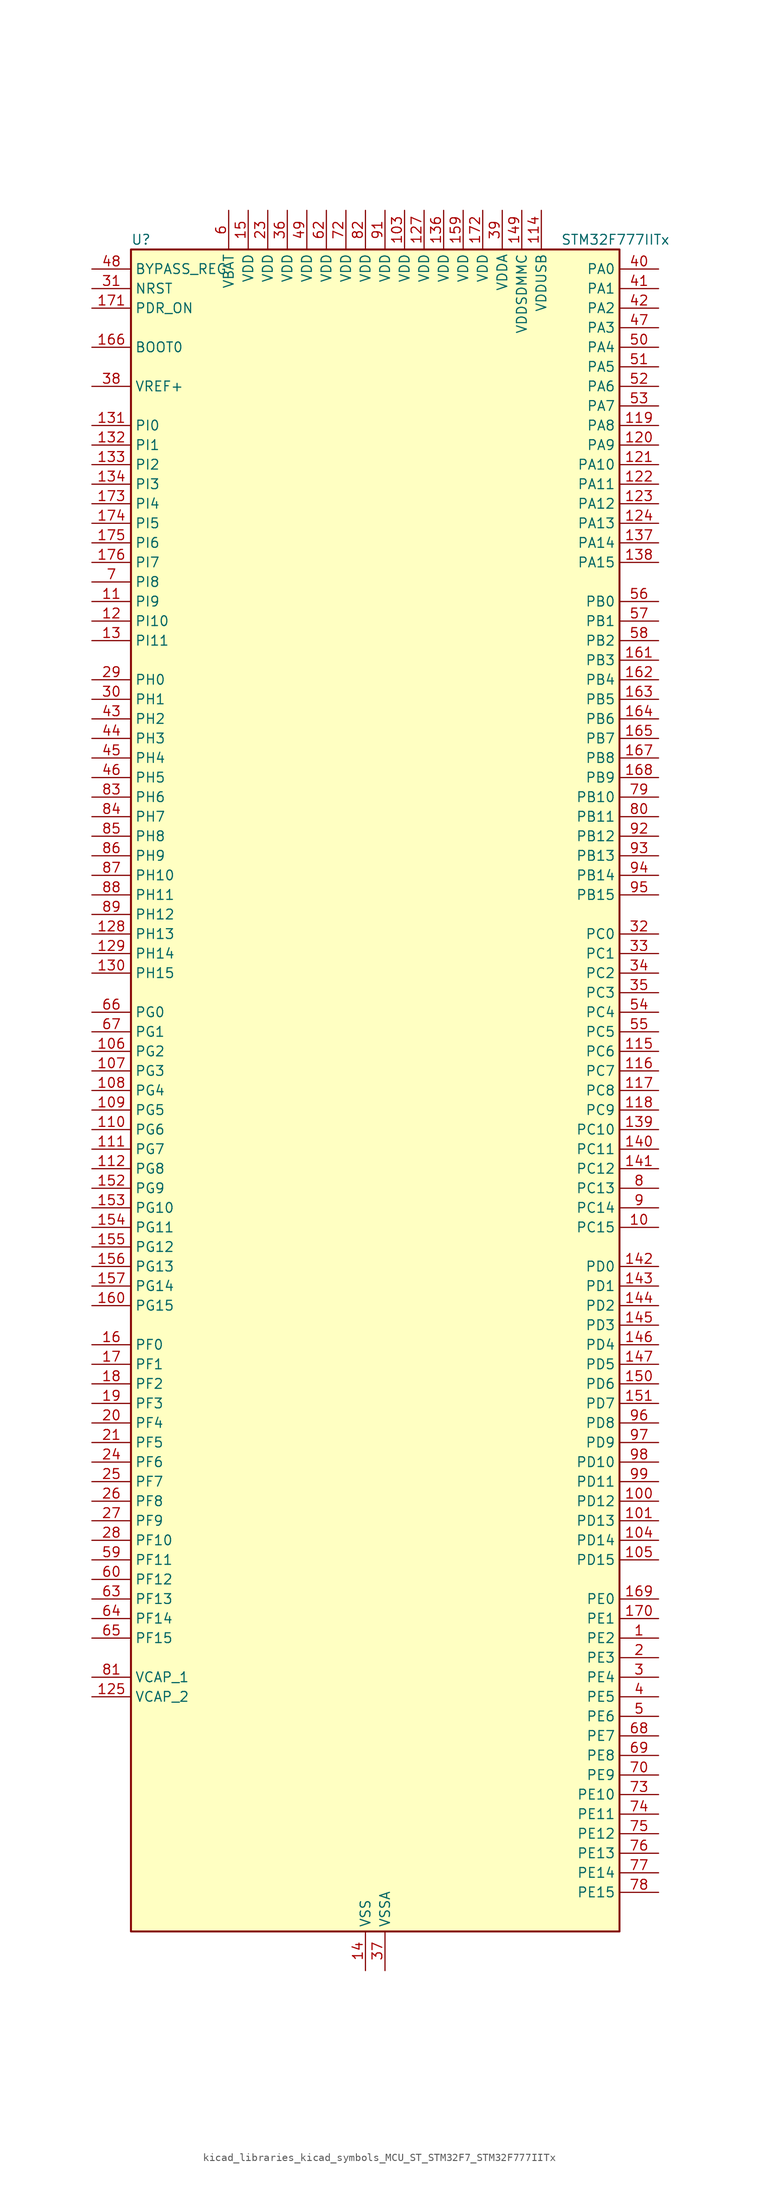
<source format=kicad_sym>
(kicad_symbol_lib
  (version 20220914)
  (generator kicad_symbol_editor)
  (symbol "kicad_libraries_kicad_symbols_MCU_ST_STM32F7_STM32F777IITx"
    (property "Reference" "U"
      (at -30.48 110.49 0)
      (effects (font (size 1.27 1.27)) (justify left)))
    (property "Value" "STM32F777IITx"
      (at 25.4 110.49 0)
      (effects (font (size 1.27 1.27)) (justify left)))
    (property "ki_locked" ""
      (at 0 0 0)
      (effects (font (size 1.27 1.27))))
    (symbol "kicad_libraries_kicad_symbols_MCU_ST_STM32F7_STM32F777IITx_0_1"
      (rectangle (start -30.48 -109.22) (end 33.02 109.22) (stroke (width 0.254) (type default)) (fill (type background))))
    (symbol "kicad_libraries_kicad_symbols_MCU_ST_STM32F7_STM32F777IITx_1_1"
      (pin bidirectional line (at 38.1 -71.12 180) (length 5.08) (name "PE2" (effects (font (size 1.27 1.27)))) (number "1" (effects (font (size 1.27 1.27)))) (alternate "ETH_TXD3" bidirectional line) (alternate "FMC_A23" bidirectional line) (alternate "QUADSPI_BK1_IO2" bidirectional line) (alternate "SAI1_MCLK_A" bidirectional line) (alternate "SPI4_SCK" bidirectional line) (alternate "SYS_TRACECLK" bidirectional line))
      (pin bidirectional line (at 38.1 -17.78 180) (length 5.08) (name "PC15" (effects (font (size 1.27 1.27)))) (number "10" (effects (font (size 1.27 1.27)))) (alternate "RCC_OSC32_OUT" bidirectional line))
      (pin bidirectional line (at 38.1 -53.34 180) (length 5.08) (name "PD12" (effects (font (size 1.27 1.27)))) (number "100" (effects (font (size 1.27 1.27)))) (alternate "FMC_A17" bidirectional line) (alternate "FMC_ALE" bidirectional line) (alternate "I2C4_SCL" bidirectional line) (alternate "LPTIM1_IN1" bidirectional line) (alternate "QUADSPI_BK1_IO1" bidirectional line) (alternate "SAI2_FS_A" bidirectional line) (alternate "TIM4_CH1" bidirectional line) (alternate "USART3_DE" bidirectional line) (alternate "USART3_RTS" bidirectional line))
      (pin bidirectional line (at 38.1 -55.88 180) (length 5.08) (name "PD13" (effects (font (size 1.27 1.27)))) (number "101" (effects (font (size 1.27 1.27)))) (alternate "FMC_A18" bidirectional line) (alternate "I2C4_SDA" bidirectional line) (alternate "LPTIM1_OUT" bidirectional line) (alternate "QUADSPI_BK1_IO3" bidirectional line) (alternate "SAI2_SCK_A" bidirectional line) (alternate "TIM4_CH2" bidirectional line))
      (pin passive line (at 0 -114.3 90) (length 5.08) hide (name "VSS" (effects (font (size 1.27 1.27)))) (number "102" (effects (font (size 1.27 1.27)))))
      (pin power_in line (at 5.08 114.3 270) (length 5.08) (name "VDD" (effects (font (size 1.27 1.27)))) (number "103" (effects (font (size 1.27 1.27)))))
      (pin bidirectional line (at 38.1 -58.42 180) (length 5.08) (name "PD14" (effects (font (size 1.27 1.27)))) (number "104" (effects (font (size 1.27 1.27)))) (alternate "FMC_D0" bidirectional line) (alternate "FMC_DA0" bidirectional line) (alternate "TIM4_CH3" bidirectional line) (alternate "UART8_CTS" bidirectional line))
      (pin bidirectional line (at 38.1 -60.96 180) (length 5.08) (name "PD15" (effects (font (size 1.27 1.27)))) (number "105" (effects (font (size 1.27 1.27)))) (alternate "FMC_D1" bidirectional line) (alternate "FMC_DA1" bidirectional line) (alternate "TIM4_CH4" bidirectional line) (alternate "UART8_DE" bidirectional line) (alternate "UART8_RTS" bidirectional line))
      (pin bidirectional line (at -35.56 5.08 0) (length 5.08) (name "PG2" (effects (font (size 1.27 1.27)))) (number "106" (effects (font (size 1.27 1.27)))) (alternate "FMC_A12" bidirectional line))
      (pin bidirectional line (at -35.56 2.54 0) (length 5.08) (name "PG3" (effects (font (size 1.27 1.27)))) (number "107" (effects (font (size 1.27 1.27)))) (alternate "FMC_A13" bidirectional line))
      (pin bidirectional line (at -35.56 0 0) (length 5.08) (name "PG4" (effects (font (size 1.27 1.27)))) (number "108" (effects (font (size 1.27 1.27)))) (alternate "FMC_A14" bidirectional line) (alternate "FMC_BA0" bidirectional line))
      (pin bidirectional line (at -35.56 -2.54 0) (length 5.08) (name "PG5" (effects (font (size 1.27 1.27)))) (number "109" (effects (font (size 1.27 1.27)))) (alternate "FMC_A15" bidirectional line) (alternate "FMC_BA1" bidirectional line))
      (pin bidirectional line (at -35.56 63.5 0) (length 5.08) (name "PI9" (effects (font (size 1.27 1.27)))) (number "11" (effects (font (size 1.27 1.27)))) (alternate "CAN1_RX" bidirectional line) (alternate "DAC_EXTI9" bidirectional line) (alternate "FMC_D30" bidirectional line) (alternate "LTDC_VSYNC" bidirectional line) (alternate "UART4_RX" bidirectional line))
      (pin bidirectional line (at -35.56 -5.08 0) (length 5.08) (name "PG6" (effects (font (size 1.27 1.27)))) (number "110" (effects (font (size 1.27 1.27)))) (alternate "DCMI_D12" bidirectional line) (alternate "FMC_NE3" bidirectional line) (alternate "LTDC_R7" bidirectional line))
      (pin bidirectional line (at -35.56 -7.62 0) (length 5.08) (name "PG7" (effects (font (size 1.27 1.27)))) (number "111" (effects (font (size 1.27 1.27)))) (alternate "DCMI_D13" bidirectional line) (alternate "FMC_INT" bidirectional line) (alternate "LTDC_CLK" bidirectional line) (alternate "SAI1_MCLK_A" bidirectional line) (alternate "USART6_CK" bidirectional line))
      (pin bidirectional line (at -35.56 -10.16 0) (length 5.08) (name "PG8" (effects (font (size 1.27 1.27)))) (number "112" (effects (font (size 1.27 1.27)))) (alternate "ETH_PPS_OUT" bidirectional line) (alternate "FMC_SDCLK" bidirectional line) (alternate "LTDC_G7" bidirectional line) (alternate "SPDIFRX_IN2" bidirectional line) (alternate "SPI6_NSS" bidirectional line) (alternate "USART6_DE" bidirectional line) (alternate "USART6_RTS" bidirectional line))
      (pin passive line (at 0 -114.3 90) (length 5.08) hide (name "VSS" (effects (font (size 1.27 1.27)))) (number "113" (effects (font (size 1.27 1.27)))))
      (pin power_in line (at 22.86 114.3 270) (length 5.08) (name "VDDUSB" (effects (font (size 1.27 1.27)))) (number "114" (effects (font (size 1.27 1.27)))))
      (pin bidirectional line (at 38.1 5.08 180) (length 5.08) (name "PC6" (effects (font (size 1.27 1.27)))) (number "115" (effects (font (size 1.27 1.27)))) (alternate "DCMI_D0" bidirectional line) (alternate "DFSDM1_CKIN3" bidirectional line) (alternate "FMC_NWAIT" bidirectional line) (alternate "I2S2_MCK" bidirectional line) (alternate "LTDC_HSYNC" bidirectional line) (alternate "SDMMC1_D6" bidirectional line) (alternate "SDMMC2_D6" bidirectional line) (alternate "TIM3_CH1" bidirectional line) (alternate "TIM8_CH1" bidirectional line) (alternate "USART6_TX" bidirectional line))
      (pin bidirectional line (at 38.1 2.54 180) (length 5.08) (name "PC7" (effects (font (size 1.27 1.27)))) (number "116" (effects (font (size 1.27 1.27)))) (alternate "DCMI_D1" bidirectional line) (alternate "DFSDM1_DATIN3" bidirectional line) (alternate "FMC_NE1" bidirectional line) (alternate "I2S3_MCK" bidirectional line) (alternate "LTDC_G6" bidirectional line) (alternate "SDMMC1_D7" bidirectional line) (alternate "SDMMC2_D7" bidirectional line) (alternate "TIM3_CH2" bidirectional line) (alternate "TIM8_CH2" bidirectional line) (alternate "USART6_RX" bidirectional line))
      (pin bidirectional line (at 38.1 0 180) (length 5.08) (name "PC8" (effects (font (size 1.27 1.27)))) (number "117" (effects (font (size 1.27 1.27)))) (alternate "DCMI_D2" bidirectional line) (alternate "FMC_NCE" bidirectional line) (alternate "FMC_NE2" bidirectional line) (alternate "SDMMC1_D0" bidirectional line) (alternate "SYS_TRACED1" bidirectional line) (alternate "TIM3_CH3" bidirectional line) (alternate "TIM8_CH3" bidirectional line) (alternate "UART5_DE" bidirectional line) (alternate "UART5_RTS" bidirectional line) (alternate "USART6_CK" bidirectional line))
      (pin bidirectional line (at 38.1 -2.54 180) (length 5.08) (name "PC9" (effects (font (size 1.27 1.27)))) (number "118" (effects (font (size 1.27 1.27)))) (alternate "DAC_EXTI9" bidirectional line) (alternate "DCMI_D3" bidirectional line) (alternate "I2C3_SDA" bidirectional line) (alternate "I2S_CKIN" bidirectional line) (alternate "LTDC_B2" bidirectional line) (alternate "LTDC_G3" bidirectional line) (alternate "QUADSPI_BK1_IO0" bidirectional line) (alternate "RCC_MCO_2" bidirectional line) (alternate "SDMMC1_D1" bidirectional line) (alternate "TIM3_CH4" bidirectional line) (alternate "TIM8_CH4" bidirectional line) (alternate "UART5_CTS" bidirectional line))
      (pin bidirectional line (at 38.1 86.36 180) (length 5.08) (name "PA8" (effects (font (size 1.27 1.27)))) (number "119" (effects (font (size 1.27 1.27)))) (alternate "CAN3_RX" bidirectional line) (alternate "I2C3_SCL" bidirectional line) (alternate "LTDC_B3" bidirectional line) (alternate "LTDC_R6" bidirectional line) (alternate "RCC_MCO_1" bidirectional line) (alternate "TIM1_CH1" bidirectional line) (alternate "TIM8_BKIN2" bidirectional line) (alternate "UART7_RX" bidirectional line) (alternate "USART1_CK" bidirectional line) (alternate "USB_OTG_FS_SOF" bidirectional line))
      (pin bidirectional line (at -35.56 60.96 0) (length 5.08) (name "PI10" (effects (font (size 1.27 1.27)))) (number "12" (effects (font (size 1.27 1.27)))) (alternate "ETH_RX_ER" bidirectional line) (alternate "FMC_D31" bidirectional line) (alternate "LTDC_HSYNC" bidirectional line))
      (pin bidirectional line (at 38.1 83.82 180) (length 5.08) (name "PA9" (effects (font (size 1.27 1.27)))) (number "120" (effects (font (size 1.27 1.27)))) (alternate "DAC_EXTI9" bidirectional line) (alternate "DCMI_D0" bidirectional line) (alternate "I2C3_SMBA" bidirectional line) (alternate "I2S2_CK" bidirectional line) (alternate "LTDC_R5" bidirectional line) (alternate "SPI2_SCK" bidirectional line) (alternate "TIM1_CH2" bidirectional line) (alternate "USART1_TX" bidirectional line) (alternate "USB_OTG_FS_VBUS" bidirectional line))
      (pin bidirectional line (at 38.1 81.28 180) (length 5.08) (name "PA10" (effects (font (size 1.27 1.27)))) (number "121" (effects (font (size 1.27 1.27)))) (alternate "DCMI_D1" bidirectional line) (alternate "LTDC_B1" bidirectional line) (alternate "LTDC_B4" bidirectional line) (alternate "MDIOS_MDIO" bidirectional line) (alternate "TIM1_CH3" bidirectional line) (alternate "USART1_RX" bidirectional line) (alternate "USB_OTG_FS_ID" bidirectional line))
      (pin bidirectional line (at 38.1 78.74 180) (length 5.08) (name "PA11" (effects (font (size 1.27 1.27)))) (number "122" (effects (font (size 1.27 1.27)))) (alternate "ADC1_EXTI11" bidirectional line) (alternate "ADC2_EXTI11" bidirectional line) (alternate "ADC3_EXTI11" bidirectional line) (alternate "CAN1_RX" bidirectional line) (alternate "I2S2_WS" bidirectional line) (alternate "LTDC_R4" bidirectional line) (alternate "SPI2_NSS" bidirectional line) (alternate "TIM1_CH4" bidirectional line) (alternate "UART4_RX" bidirectional line) (alternate "USART1_CTS" bidirectional line) (alternate "USB_OTG_FS_DM" bidirectional line))
      (pin bidirectional line (at 38.1 76.2 180) (length 5.08) (name "PA12" (effects (font (size 1.27 1.27)))) (number "123" (effects (font (size 1.27 1.27)))) (alternate "CAN1_TX" bidirectional line) (alternate "I2S2_CK" bidirectional line) (alternate "LTDC_R5" bidirectional line) (alternate "SAI2_FS_B" bidirectional line) (alternate "SPI2_SCK" bidirectional line) (alternate "TIM1_ETR" bidirectional line) (alternate "UART4_TX" bidirectional line) (alternate "USART1_DE" bidirectional line) (alternate "USART1_RTS" bidirectional line) (alternate "USB_OTG_FS_DP" bidirectional line))
      (pin bidirectional line (at 38.1 73.66 180) (length 5.08) (name "PA13" (effects (font (size 1.27 1.27)))) (number "124" (effects (font (size 1.27 1.27)))) (alternate "SYS_JTMS-SWDIO" bidirectional line))
      (pin power_out line (at -35.56 -78.74 0) (length 5.08) (name "VCAP_2" (effects (font (size 1.27 1.27)))) (number "125" (effects (font (size 1.27 1.27)))))
      (pin passive line (at 0 -114.3 90) (length 5.08) hide (name "VSS" (effects (font (size 1.27 1.27)))) (number "126" (effects (font (size 1.27 1.27)))))
      (pin power_in line (at 7.62 114.3 270) (length 5.08) (name "VDD" (effects (font (size 1.27 1.27)))) (number "127" (effects (font (size 1.27 1.27)))))
      (pin bidirectional line (at -35.56 20.32 0) (length 5.08) (name "PH13" (effects (font (size 1.27 1.27)))) (number "128" (effects (font (size 1.27 1.27)))) (alternate "CAN1_TX" bidirectional line) (alternate "FMC_D21" bidirectional line) (alternate "LTDC_G2" bidirectional line) (alternate "TIM8_CH1N" bidirectional line) (alternate "UART4_TX" bidirectional line))
      (pin bidirectional line (at -35.56 17.78 0) (length 5.08) (name "PH14" (effects (font (size 1.27 1.27)))) (number "129" (effects (font (size 1.27 1.27)))) (alternate "CAN1_RX" bidirectional line) (alternate "DCMI_D4" bidirectional line) (alternate "FMC_D22" bidirectional line) (alternate "LTDC_G3" bidirectional line) (alternate "TIM8_CH2N" bidirectional line) (alternate "UART4_RX" bidirectional line))
      (pin bidirectional line (at -35.56 58.42 0) (length 5.08) (name "PI11" (effects (font (size 1.27 1.27)))) (number "13" (effects (font (size 1.27 1.27)))) (alternate "ADC1_EXTI11" bidirectional line) (alternate "ADC2_EXTI11" bidirectional line) (alternate "ADC3_EXTI11" bidirectional line) (alternate "LTDC_G6" bidirectional line) (alternate "SYS_WKUP6" bidirectional line) (alternate "USB_OTG_HS_ULPI_DIR" bidirectional line))
      (pin bidirectional line (at -35.56 15.24 0) (length 5.08) (name "PH15" (effects (font (size 1.27 1.27)))) (number "130" (effects (font (size 1.27 1.27)))) (alternate "DCMI_D11" bidirectional line) (alternate "FMC_D23" bidirectional line) (alternate "LTDC_G4" bidirectional line) (alternate "TIM8_CH3N" bidirectional line))
      (pin bidirectional line (at -35.56 86.36 0) (length 5.08) (name "PI0" (effects (font (size 1.27 1.27)))) (number "131" (effects (font (size 1.27 1.27)))) (alternate "DCMI_D13" bidirectional line) (alternate "FMC_D24" bidirectional line) (alternate "I2S2_WS" bidirectional line) (alternate "LTDC_G5" bidirectional line) (alternate "SPI2_NSS" bidirectional line) (alternate "TIM5_CH4" bidirectional line))
      (pin bidirectional line (at -35.56 83.82 0) (length 5.08) (name "PI1" (effects (font (size 1.27 1.27)))) (number "132" (effects (font (size 1.27 1.27)))) (alternate "DCMI_D8" bidirectional line) (alternate "FMC_D25" bidirectional line) (alternate "I2S2_CK" bidirectional line) (alternate "LTDC_G6" bidirectional line) (alternate "SPI2_SCK" bidirectional line) (alternate "TIM8_BKIN2" bidirectional line))
      (pin bidirectional line (at -35.56 81.28 0) (length 5.08) (name "PI2" (effects (font (size 1.27 1.27)))) (number "133" (effects (font (size 1.27 1.27)))) (alternate "DCMI_D9" bidirectional line) (alternate "FMC_D26" bidirectional line) (alternate "LTDC_G7" bidirectional line) (alternate "SPI2_MISO" bidirectional line) (alternate "TIM8_CH4" bidirectional line))
      (pin bidirectional line (at -35.56 78.74 0) (length 5.08) (name "PI3" (effects (font (size 1.27 1.27)))) (number "134" (effects (font (size 1.27 1.27)))) (alternate "DCMI_D10" bidirectional line) (alternate "FMC_D27" bidirectional line) (alternate "I2S2_SD" bidirectional line) (alternate "SPI2_MOSI" bidirectional line) (alternate "TIM8_ETR" bidirectional line))
      (pin passive line (at 0 -114.3 90) (length 5.08) hide (name "VSS" (effects (font (size 1.27 1.27)))) (number "135" (effects (font (size 1.27 1.27)))))
      (pin power_in line (at 10.16 114.3 270) (length 5.08) (name "VDD" (effects (font (size 1.27 1.27)))) (number "136" (effects (font (size 1.27 1.27)))))
      (pin bidirectional line (at 38.1 71.12 180) (length 5.08) (name "PA14" (effects (font (size 1.27 1.27)))) (number "137" (effects (font (size 1.27 1.27)))) (alternate "SYS_JTCK-SWCLK" bidirectional line))
      (pin bidirectional line (at 38.1 68.58 180) (length 5.08) (name "PA15" (effects (font (size 1.27 1.27)))) (number "138" (effects (font (size 1.27 1.27)))) (alternate "CAN3_TX" bidirectional line) (alternate "CEC" bidirectional line) (alternate "I2S1_WS" bidirectional line) (alternate "I2S3_WS" bidirectional line) (alternate "SPI1_NSS" bidirectional line) (alternate "SPI3_NSS" bidirectional line) (alternate "SPI6_NSS" bidirectional line) (alternate "SYS_JTDI" bidirectional line) (alternate "TIM2_CH1" bidirectional line) (alternate "TIM2_ETR" bidirectional line) (alternate "UART4_DE" bidirectional line) (alternate "UART4_RTS" bidirectional line) (alternate "UART7_TX" bidirectional line))
      (pin bidirectional line (at 38.1 -5.08 180) (length 5.08) (name "PC10" (effects (font (size 1.27 1.27)))) (number "139" (effects (font (size 1.27 1.27)))) (alternate "DCMI_D8" bidirectional line) (alternate "DFSDM1_CKIN5" bidirectional line) (alternate "I2S3_CK" bidirectional line) (alternate "LTDC_R2" bidirectional line) (alternate "QUADSPI_BK1_IO1" bidirectional line) (alternate "SDMMC1_D2" bidirectional line) (alternate "SPI3_SCK" bidirectional line) (alternate "UART4_TX" bidirectional line) (alternate "USART3_TX" bidirectional line))
      (pin power_in line (at 0 -114.3 90) (length 5.08) (name "VSS" (effects (font (size 1.27 1.27)))) (number "14" (effects (font (size 1.27 1.27)))))
      (pin bidirectional line (at 38.1 -7.62 180) (length 5.08) (name "PC11" (effects (font (size 1.27 1.27)))) (number "140" (effects (font (size 1.27 1.27)))) (alternate "ADC1_EXTI11" bidirectional line) (alternate "ADC2_EXTI11" bidirectional line) (alternate "ADC3_EXTI11" bidirectional line) (alternate "DCMI_D4" bidirectional line) (alternate "DFSDM1_DATIN5" bidirectional line) (alternate "QUADSPI_BK2_NCS" bidirectional line) (alternate "SDMMC1_D3" bidirectional line) (alternate "SPI3_MISO" bidirectional line) (alternate "UART4_RX" bidirectional line) (alternate "USART3_RX" bidirectional line))
      (pin bidirectional line (at 38.1 -10.16 180) (length 5.08) (name "PC12" (effects (font (size 1.27 1.27)))) (number "141" (effects (font (size 1.27 1.27)))) (alternate "DCMI_D9" bidirectional line) (alternate "I2S3_SD" bidirectional line) (alternate "SDMMC1_CK" bidirectional line) (alternate "SPI3_MOSI" bidirectional line) (alternate "SYS_TRACED3" bidirectional line) (alternate "UART5_TX" bidirectional line) (alternate "USART3_CK" bidirectional line))
      (pin bidirectional line (at 38.1 -22.86 180) (length 5.08) (name "PD0" (effects (font (size 1.27 1.27)))) (number "142" (effects (font (size 1.27 1.27)))) (alternate "CAN1_RX" bidirectional line) (alternate "DFSDM1_CKIN6" bidirectional line) (alternate "DFSDM1_DATIN7" bidirectional line) (alternate "FMC_D2" bidirectional line) (alternate "FMC_DA2" bidirectional line) (alternate "UART4_RX" bidirectional line))
      (pin bidirectional line (at 38.1 -25.4 180) (length 5.08) (name "PD1" (effects (font (size 1.27 1.27)))) (number "143" (effects (font (size 1.27 1.27)))) (alternate "CAN1_TX" bidirectional line) (alternate "DFSDM1_CKIN7" bidirectional line) (alternate "DFSDM1_DATIN6" bidirectional line) (alternate "FMC_D3" bidirectional line) (alternate "FMC_DA3" bidirectional line) (alternate "UART4_TX" bidirectional line))
      (pin bidirectional line (at 38.1 -27.94 180) (length 5.08) (name "PD2" (effects (font (size 1.27 1.27)))) (number "144" (effects (font (size 1.27 1.27)))) (alternate "DCMI_D11" bidirectional line) (alternate "SDMMC1_CMD" bidirectional line) (alternate "SYS_TRACED2" bidirectional line) (alternate "TIM3_ETR" bidirectional line) (alternate "UART5_RX" bidirectional line))
      (pin bidirectional line (at 38.1 -30.48 180) (length 5.08) (name "PD3" (effects (font (size 1.27 1.27)))) (number "145" (effects (font (size 1.27 1.27)))) (alternate "DCMI_D5" bidirectional line) (alternate "DFSDM1_CKOUT" bidirectional line) (alternate "DFSDM1_DATIN0" bidirectional line) (alternate "FMC_CLK" bidirectional line) (alternate "I2S2_CK" bidirectional line) (alternate "LTDC_G7" bidirectional line) (alternate "SPI2_SCK" bidirectional line) (alternate "USART2_CTS" bidirectional line))
      (pin bidirectional line (at 38.1 -33.02 180) (length 5.08) (name "PD4" (effects (font (size 1.27 1.27)))) (number "146" (effects (font (size 1.27 1.27)))) (alternate "DFSDM1_CKIN0" bidirectional line) (alternate "FMC_NOE" bidirectional line) (alternate "USART2_DE" bidirectional line) (alternate "USART2_RTS" bidirectional line))
      (pin bidirectional line (at 38.1 -35.56 180) (length 5.08) (name "PD5" (effects (font (size 1.27 1.27)))) (number "147" (effects (font (size 1.27 1.27)))) (alternate "FMC_NWE" bidirectional line) (alternate "USART2_TX" bidirectional line))
      (pin passive line (at 0 -114.3 90) (length 5.08) hide (name "VSS" (effects (font (size 1.27 1.27)))) (number "148" (effects (font (size 1.27 1.27)))))
      (pin power_in line (at 20.32 114.3 270) (length 5.08) (name "VDDSDMMC" (effects (font (size 1.27 1.27)))) (number "149" (effects (font (size 1.27 1.27)))))
      (pin power_in line (at -15.24 114.3 270) (length 5.08) (name "VDD" (effects (font (size 1.27 1.27)))) (number "15" (effects (font (size 1.27 1.27)))))
      (pin bidirectional line (at 38.1 -38.1 180) (length 5.08) (name "PD6" (effects (font (size 1.27 1.27)))) (number "150" (effects (font (size 1.27 1.27)))) (alternate "DCMI_D10" bidirectional line) (alternate "DFSDM1_CKIN4" bidirectional line) (alternate "DFSDM1_DATIN1" bidirectional line) (alternate "FMC_NWAIT" bidirectional line) (alternate "I2S3_SD" bidirectional line) (alternate "LTDC_B2" bidirectional line) (alternate "SAI1_SD_A" bidirectional line) (alternate "SDMMC2_CK" bidirectional line) (alternate "SPI3_MOSI" bidirectional line) (alternate "USART2_RX" bidirectional line))
      (pin bidirectional line (at 38.1 -40.64 180) (length 5.08) (name "PD7" (effects (font (size 1.27 1.27)))) (number "151" (effects (font (size 1.27 1.27)))) (alternate "DFSDM1_CKIN1" bidirectional line) (alternate "DFSDM1_DATIN4" bidirectional line) (alternate "FMC_NE1" bidirectional line) (alternate "I2S1_SD" bidirectional line) (alternate "SDMMC2_CMD" bidirectional line) (alternate "SPDIFRX_IN0" bidirectional line) (alternate "SPI1_MOSI" bidirectional line) (alternate "USART2_CK" bidirectional line))
      (pin bidirectional line (at -35.56 -12.7 0) (length 5.08) (name "PG9" (effects (font (size 1.27 1.27)))) (number "152" (effects (font (size 1.27 1.27)))) (alternate "DAC_EXTI9" bidirectional line) (alternate "DCMI_VSYNC" bidirectional line) (alternate "FMC_NCE" bidirectional line) (alternate "FMC_NE2" bidirectional line) (alternate "QUADSPI_BK2_IO2" bidirectional line) (alternate "SAI2_FS_B" bidirectional line) (alternate "SDMMC2_D0" bidirectional line) (alternate "SPDIFRX_IN3" bidirectional line) (alternate "SPI1_MISO" bidirectional line) (alternate "USART6_RX" bidirectional line))
      (pin bidirectional line (at -35.56 -15.24 0) (length 5.08) (name "PG10" (effects (font (size 1.27 1.27)))) (number "153" (effects (font (size 1.27 1.27)))) (alternate "DCMI_D2" bidirectional line) (alternate "FMC_NE3" bidirectional line) (alternate "I2S1_WS" bidirectional line) (alternate "LTDC_B2" bidirectional line) (alternate "LTDC_G3" bidirectional line) (alternate "SAI2_SD_B" bidirectional line) (alternate "SDMMC2_D1" bidirectional line) (alternate "SPI1_NSS" bidirectional line))
      (pin bidirectional line (at -35.56 -17.78 0) (length 5.08) (name "PG11" (effects (font (size 1.27 1.27)))) (number "154" (effects (font (size 1.27 1.27)))) (alternate "ADC1_EXTI11" bidirectional line) (alternate "ADC2_EXTI11" bidirectional line) (alternate "ADC3_EXTI11" bidirectional line) (alternate "DCMI_D3" bidirectional line) (alternate "ETH_TX_EN" bidirectional line) (alternate "I2S1_CK" bidirectional line) (alternate "LTDC_B3" bidirectional line) (alternate "SDMMC2_D2" bidirectional line) (alternate "SPDIFRX_IN0" bidirectional line) (alternate "SPI1_SCK" bidirectional line))
      (pin bidirectional line (at -35.56 -20.32 0) (length 5.08) (name "PG12" (effects (font (size 1.27 1.27)))) (number "155" (effects (font (size 1.27 1.27)))) (alternate "FMC_NE4" bidirectional line) (alternate "LPTIM1_IN1" bidirectional line) (alternate "LTDC_B1" bidirectional line) (alternate "LTDC_B4" bidirectional line) (alternate "SDMMC2_D3" bidirectional line) (alternate "SPDIFRX_IN1" bidirectional line) (alternate "SPI6_MISO" bidirectional line) (alternate "USART6_DE" bidirectional line) (alternate "USART6_RTS" bidirectional line))
      (pin bidirectional line (at -35.56 -22.86 0) (length 5.08) (name "PG13" (effects (font (size 1.27 1.27)))) (number "156" (effects (font (size 1.27 1.27)))) (alternate "ETH_TXD0" bidirectional line) (alternate "FMC_A24" bidirectional line) (alternate "LPTIM1_OUT" bidirectional line) (alternate "LTDC_R0" bidirectional line) (alternate "SPI6_SCK" bidirectional line) (alternate "SYS_TRACED0" bidirectional line) (alternate "USART6_CTS" bidirectional line))
      (pin bidirectional line (at -35.56 -25.4 0) (length 5.08) (name "PG14" (effects (font (size 1.27 1.27)))) (number "157" (effects (font (size 1.27 1.27)))) (alternate "ETH_TXD1" bidirectional line) (alternate "FMC_A25" bidirectional line) (alternate "LPTIM1_ETR" bidirectional line) (alternate "LTDC_B0" bidirectional line) (alternate "QUADSPI_BK2_IO3" bidirectional line) (alternate "SPI6_MOSI" bidirectional line) (alternate "SYS_TRACED1" bidirectional line) (alternate "USART6_TX" bidirectional line))
      (pin passive line (at 0 -114.3 90) (length 5.08) hide (name "VSS" (effects (font (size 1.27 1.27)))) (number "158" (effects (font (size 1.27 1.27)))))
      (pin power_in line (at 12.7 114.3 270) (length 5.08) (name "VDD" (effects (font (size 1.27 1.27)))) (number "159" (effects (font (size 1.27 1.27)))))
      (pin bidirectional line (at -35.56 -33.02 0) (length 5.08) (name "PF0" (effects (font (size 1.27 1.27)))) (number "16" (effects (font (size 1.27 1.27)))) (alternate "FMC_A0" bidirectional line) (alternate "I2C2_SDA" bidirectional line))
      (pin bidirectional line (at -35.56 -27.94 0) (length 5.08) (name "PG15" (effects (font (size 1.27 1.27)))) (number "160" (effects (font (size 1.27 1.27)))) (alternate "DCMI_D13" bidirectional line) (alternate "FMC_SDNCAS" bidirectional line) (alternate "USART6_CTS" bidirectional line))
      (pin bidirectional line (at 38.1 55.88 180) (length 5.08) (name "PB3" (effects (font (size 1.27 1.27)))) (number "161" (effects (font (size 1.27 1.27)))) (alternate "CAN3_RX" bidirectional line) (alternate "I2S1_CK" bidirectional line) (alternate "I2S3_CK" bidirectional line) (alternate "SDMMC2_D2" bidirectional line) (alternate "SPI1_SCK" bidirectional line) (alternate "SPI3_SCK" bidirectional line) (alternate "SPI6_SCK" bidirectional line) (alternate "SYS_JTDO-SWO" bidirectional line) (alternate "TIM2_CH2" bidirectional line) (alternate "UART7_RX" bidirectional line))
      (pin bidirectional line (at 38.1 53.34 180) (length 5.08) (name "PB4" (effects (font (size 1.27 1.27)))) (number "162" (effects (font (size 1.27 1.27)))) (alternate "CAN3_TX" bidirectional line) (alternate "I2S2_WS" bidirectional line) (alternate "SDMMC2_D3" bidirectional line) (alternate "SPI1_MISO" bidirectional line) (alternate "SPI2_NSS" bidirectional line) (alternate "SPI3_MISO" bidirectional line) (alternate "SPI6_MISO" bidirectional line) (alternate "SYS_JTRST" bidirectional line) (alternate "TIM3_CH1" bidirectional line) (alternate "UART7_TX" bidirectional line))
      (pin bidirectional line (at 38.1 50.8 180) (length 5.08) (name "PB5" (effects (font (size 1.27 1.27)))) (number "163" (effects (font (size 1.27 1.27)))) (alternate "CAN2_RX" bidirectional line) (alternate "DCMI_D10" bidirectional line) (alternate "ETH_PPS_OUT" bidirectional line) (alternate "FMC_SDCKE1" bidirectional line) (alternate "I2C1_SMBA" bidirectional line) (alternate "I2S1_SD" bidirectional line) (alternate "I2S3_SD" bidirectional line) (alternate "LTDC_G7" bidirectional line) (alternate "SPI1_MOSI" bidirectional line) (alternate "SPI3_MOSI" bidirectional line) (alternate "SPI6_MOSI" bidirectional line) (alternate "TIM3_CH2" bidirectional line) (alternate "UART5_RX" bidirectional line) (alternate "USB_OTG_HS_ULPI_D7" bidirectional line))
      (pin bidirectional line (at 38.1 48.26 180) (length 5.08) (name "PB6" (effects (font (size 1.27 1.27)))) (number "164" (effects (font (size 1.27 1.27)))) (alternate "CAN2_TX" bidirectional line) (alternate "CEC" bidirectional line) (alternate "DCMI_D5" bidirectional line) (alternate "DFSDM1_DATIN5" bidirectional line) (alternate "FMC_SDNE1" bidirectional line) (alternate "I2C1_SCL" bidirectional line) (alternate "I2C4_SCL" bidirectional line) (alternate "QUADSPI_BK1_NCS" bidirectional line) (alternate "TIM4_CH1" bidirectional line) (alternate "UART5_TX" bidirectional line) (alternate "USART1_TX" bidirectional line))
      (pin bidirectional line (at 38.1 45.72 180) (length 5.08) (name "PB7" (effects (font (size 1.27 1.27)))) (number "165" (effects (font (size 1.27 1.27)))) (alternate "DCMI_VSYNC" bidirectional line) (alternate "DFSDM1_CKIN5" bidirectional line) (alternate "FMC_NL" bidirectional line) (alternate "I2C1_SDA" bidirectional line) (alternate "I2C4_SDA" bidirectional line) (alternate "TIM4_CH2" bidirectional line) (alternate "USART1_RX" bidirectional line))
      (pin input line (at -35.56 96.52 0) (length 5.08) (name "BOOT0" (effects (font (size 1.27 1.27)))) (number "166" (effects (font (size 1.27 1.27)))))
      (pin bidirectional line (at 38.1 43.18 180) (length 5.08) (name "PB8" (effects (font (size 1.27 1.27)))) (number "167" (effects (font (size 1.27 1.27)))) (alternate "CAN1_RX" bidirectional line) (alternate "DCMI_D6" bidirectional line) (alternate "DFSDM1_CKIN7" bidirectional line) (alternate "ETH_TXD3" bidirectional line) (alternate "I2C1_SCL" bidirectional line) (alternate "I2C4_SCL" bidirectional line) (alternate "LTDC_B6" bidirectional line) (alternate "SDMMC1_D4" bidirectional line) (alternate "SDMMC2_D4" bidirectional line) (alternate "TIM10_CH1" bidirectional line) (alternate "TIM4_CH3" bidirectional line) (alternate "UART5_RX" bidirectional line))
      (pin bidirectional line (at 38.1 40.64 180) (length 5.08) (name "PB9" (effects (font (size 1.27 1.27)))) (number "168" (effects (font (size 1.27 1.27)))) (alternate "CAN1_TX" bidirectional line) (alternate "DAC_EXTI9" bidirectional line) (alternate "DCMI_D7" bidirectional line) (alternate "DFSDM1_DATIN7" bidirectional line) (alternate "I2C1_SDA" bidirectional line) (alternate "I2C4_SDA" bidirectional line) (alternate "I2C4_SMBA" bidirectional line) (alternate "I2S2_WS" bidirectional line) (alternate "LTDC_B7" bidirectional line) (alternate "SDMMC1_D5" bidirectional line) (alternate "SDMMC2_D5" bidirectional line) (alternate "SPI2_NSS" bidirectional line) (alternate "TIM11_CH1" bidirectional line) (alternate "TIM4_CH4" bidirectional line) (alternate "UART5_TX" bidirectional line))
      (pin bidirectional line (at 38.1 -66.04 180) (length 5.08) (name "PE0" (effects (font (size 1.27 1.27)))) (number "169" (effects (font (size 1.27 1.27)))) (alternate "DCMI_D2" bidirectional line) (alternate "FMC_NBL0" bidirectional line) (alternate "LPTIM1_ETR" bidirectional line) (alternate "SAI2_MCLK_A" bidirectional line) (alternate "TIM4_ETR" bidirectional line) (alternate "UART8_RX" bidirectional line))
      (pin bidirectional line (at -35.56 -35.56 0) (length 5.08) (name "PF1" (effects (font (size 1.27 1.27)))) (number "17" (effects (font (size 1.27 1.27)))) (alternate "FMC_A1" bidirectional line) (alternate "I2C2_SCL" bidirectional line))
      (pin bidirectional line (at 38.1 -68.58 180) (length 5.08) (name "PE1" (effects (font (size 1.27 1.27)))) (number "170" (effects (font (size 1.27 1.27)))) (alternate "DCMI_D3" bidirectional line) (alternate "FMC_NBL1" bidirectional line) (alternate "LPTIM1_IN2" bidirectional line) (alternate "UART8_TX" bidirectional line))
      (pin input line (at -35.56 101.6 0) (length 5.08) (name "PDR_ON" (effects (font (size 1.27 1.27)))) (number "171" (effects (font (size 1.27 1.27)))))
      (pin power_in line (at 15.24 114.3 270) (length 5.08) (name "VDD" (effects (font (size 1.27 1.27)))) (number "172" (effects (font (size 1.27 1.27)))))
      (pin bidirectional line (at -35.56 76.2 0) (length 5.08) (name "PI4" (effects (font (size 1.27 1.27)))) (number "173" (effects (font (size 1.27 1.27)))) (alternate "DCMI_D5" bidirectional line) (alternate "FMC_NBL2" bidirectional line) (alternate "LTDC_B4" bidirectional line) (alternate "SAI2_MCLK_A" bidirectional line) (alternate "TIM8_BKIN" bidirectional line))
      (pin bidirectional line (at -35.56 73.66 0) (length 5.08) (name "PI5" (effects (font (size 1.27 1.27)))) (number "174" (effects (font (size 1.27 1.27)))) (alternate "DCMI_VSYNC" bidirectional line) (alternate "FMC_NBL3" bidirectional line) (alternate "LTDC_B5" bidirectional line) (alternate "SAI2_SCK_A" bidirectional line) (alternate "TIM8_CH1" bidirectional line))
      (pin bidirectional line (at -35.56 71.12 0) (length 5.08) (name "PI6" (effects (font (size 1.27 1.27)))) (number "175" (effects (font (size 1.27 1.27)))) (alternate "DCMI_D6" bidirectional line) (alternate "FMC_D28" bidirectional line) (alternate "LTDC_B6" bidirectional line) (alternate "SAI2_SD_A" bidirectional line) (alternate "TIM8_CH2" bidirectional line))
      (pin bidirectional line (at -35.56 68.58 0) (length 5.08) (name "PI7" (effects (font (size 1.27 1.27)))) (number "176" (effects (font (size 1.27 1.27)))) (alternate "DCMI_D7" bidirectional line) (alternate "FMC_D29" bidirectional line) (alternate "LTDC_B7" bidirectional line) (alternate "SAI2_FS_A" bidirectional line) (alternate "TIM8_CH3" bidirectional line))
      (pin bidirectional line (at -35.56 -38.1 0) (length 5.08) (name "PF2" (effects (font (size 1.27 1.27)))) (number "18" (effects (font (size 1.27 1.27)))) (alternate "FMC_A2" bidirectional line) (alternate "I2C2_SMBA" bidirectional line))
      (pin bidirectional line (at -35.56 -40.64 0) (length 5.08) (name "PF3" (effects (font (size 1.27 1.27)))) (number "19" (effects (font (size 1.27 1.27)))) (alternate "ADC3_IN9" bidirectional line) (alternate "FMC_A3" bidirectional line))
      (pin bidirectional line (at 38.1 -73.66 180) (length 5.08) (name "PE3" (effects (font (size 1.27 1.27)))) (number "2" (effects (font (size 1.27 1.27)))) (alternate "FMC_A19" bidirectional line) (alternate "SAI1_SD_B" bidirectional line) (alternate "SYS_TRACED0" bidirectional line))
      (pin bidirectional line (at -35.56 -43.18 0) (length 5.08) (name "PF4" (effects (font (size 1.27 1.27)))) (number "20" (effects (font (size 1.27 1.27)))) (alternate "ADC3_IN14" bidirectional line) (alternate "FMC_A4" bidirectional line))
      (pin bidirectional line (at -35.56 -45.72 0) (length 5.08) (name "PF5" (effects (font (size 1.27 1.27)))) (number "21" (effects (font (size 1.27 1.27)))) (alternate "ADC3_IN15" bidirectional line) (alternate "FMC_A5" bidirectional line))
      (pin passive line (at 0 -114.3 90) (length 5.08) hide (name "VSS" (effects (font (size 1.27 1.27)))) (number "22" (effects (font (size 1.27 1.27)))))
      (pin power_in line (at -12.7 114.3 270) (length 5.08) (name "VDD" (effects (font (size 1.27 1.27)))) (number "23" (effects (font (size 1.27 1.27)))))
      (pin bidirectional line (at -35.56 -48.26 0) (length 5.08) (name "PF6" (effects (font (size 1.27 1.27)))) (number "24" (effects (font (size 1.27 1.27)))) (alternate "ADC3_IN4" bidirectional line) (alternate "QUADSPI_BK1_IO3" bidirectional line) (alternate "SAI1_SD_B" bidirectional line) (alternate "SPI5_NSS" bidirectional line) (alternate "TIM10_CH1" bidirectional line) (alternate "UART7_RX" bidirectional line))
      (pin bidirectional line (at -35.56 -50.8 0) (length 5.08) (name "PF7" (effects (font (size 1.27 1.27)))) (number "25" (effects (font (size 1.27 1.27)))) (alternate "ADC3_IN5" bidirectional line) (alternate "QUADSPI_BK1_IO2" bidirectional line) (alternate "SAI1_MCLK_B" bidirectional line) (alternate "SPI5_SCK" bidirectional line) (alternate "TIM11_CH1" bidirectional line) (alternate "UART7_TX" bidirectional line))
      (pin bidirectional line (at -35.56 -53.34 0) (length 5.08) (name "PF8" (effects (font (size 1.27 1.27)))) (number "26" (effects (font (size 1.27 1.27)))) (alternate "ADC3_IN6" bidirectional line) (alternate "QUADSPI_BK1_IO0" bidirectional line) (alternate "SAI1_SCK_B" bidirectional line) (alternate "SPI5_MISO" bidirectional line) (alternate "TIM13_CH1" bidirectional line) (alternate "UART7_DE" bidirectional line) (alternate "UART7_RTS" bidirectional line))
      (pin bidirectional line (at -35.56 -55.88 0) (length 5.08) (name "PF9" (effects (font (size 1.27 1.27)))) (number "27" (effects (font (size 1.27 1.27)))) (alternate "ADC3_IN7" bidirectional line) (alternate "DAC_EXTI9" bidirectional line) (alternate "QUADSPI_BK1_IO1" bidirectional line) (alternate "SAI1_FS_B" bidirectional line) (alternate "SPI5_MOSI" bidirectional line) (alternate "TIM14_CH1" bidirectional line) (alternate "UART7_CTS" bidirectional line))
      (pin bidirectional line (at -35.56 -58.42 0) (length 5.08) (name "PF10" (effects (font (size 1.27 1.27)))) (number "28" (effects (font (size 1.27 1.27)))) (alternate "ADC3_IN8" bidirectional line) (alternate "DCMI_D11" bidirectional line) (alternate "LTDC_DE" bidirectional line) (alternate "QUADSPI_CLK" bidirectional line))
      (pin bidirectional line (at -35.56 53.34 0) (length 5.08) (name "PH0" (effects (font (size 1.27 1.27)))) (number "29" (effects (font (size 1.27 1.27)))) (alternate "RCC_OSC_IN" bidirectional line))
      (pin bidirectional line (at 38.1 -76.2 180) (length 5.08) (name "PE4" (effects (font (size 1.27 1.27)))) (number "3" (effects (font (size 1.27 1.27)))) (alternate "DCMI_D4" bidirectional line) (alternate "DFSDM1_DATIN3" bidirectional line) (alternate "FMC_A20" bidirectional line) (alternate "LTDC_B0" bidirectional line) (alternate "SAI1_FS_A" bidirectional line) (alternate "SPI4_NSS" bidirectional line) (alternate "SYS_TRACED1" bidirectional line))
      (pin bidirectional line (at -35.56 50.8 0) (length 5.08) (name "PH1" (effects (font (size 1.27 1.27)))) (number "30" (effects (font (size 1.27 1.27)))) (alternate "RCC_OSC_OUT" bidirectional line))
      (pin input line (at -35.56 104.14 0) (length 5.08) (name "NRST" (effects (font (size 1.27 1.27)))) (number "31" (effects (font (size 1.27 1.27)))))
      (pin bidirectional line (at 38.1 20.32 180) (length 5.08) (name "PC0" (effects (font (size 1.27 1.27)))) (number "32" (effects (font (size 1.27 1.27)))) (alternate "ADC1_IN10" bidirectional line) (alternate "ADC2_IN10" bidirectional line) (alternate "ADC3_IN10" bidirectional line) (alternate "DFSDM1_CKIN0" bidirectional line) (alternate "DFSDM1_DATIN4" bidirectional line) (alternate "FMC_SDNWE" bidirectional line) (alternate "LTDC_R5" bidirectional line) (alternate "SAI2_FS_B" bidirectional line) (alternate "USB_OTG_HS_ULPI_STP" bidirectional line))
      (pin bidirectional line (at 38.1 17.78 180) (length 5.08) (name "PC1" (effects (font (size 1.27 1.27)))) (number "33" (effects (font (size 1.27 1.27)))) (alternate "ADC1_IN11" bidirectional line) (alternate "ADC2_IN11" bidirectional line) (alternate "ADC3_IN11" bidirectional line) (alternate "DFSDM1_CKIN4" bidirectional line) (alternate "DFSDM1_DATIN0" bidirectional line) (alternate "ETH_MDC" bidirectional line) (alternate "I2S2_SD" bidirectional line) (alternate "MDIOS_MDC" bidirectional line) (alternate "RTC_TAMP3" bidirectional line) (alternate "RTC_TS" bidirectional line) (alternate "SAI1_SD_A" bidirectional line) (alternate "SPI2_MOSI" bidirectional line) (alternate "SYS_TRACED0" bidirectional line) (alternate "SYS_WKUP3" bidirectional line))
      (pin bidirectional line (at 38.1 15.24 180) (length 5.08) (name "PC2" (effects (font (size 1.27 1.27)))) (number "34" (effects (font (size 1.27 1.27)))) (alternate "ADC1_IN12" bidirectional line) (alternate "ADC2_IN12" bidirectional line) (alternate "ADC3_IN12" bidirectional line) (alternate "DFSDM1_CKIN1" bidirectional line) (alternate "DFSDM1_CKOUT" bidirectional line) (alternate "ETH_TXD2" bidirectional line) (alternate "FMC_SDNE0" bidirectional line) (alternate "SPI2_MISO" bidirectional line) (alternate "USB_OTG_HS_ULPI_DIR" bidirectional line))
      (pin bidirectional line (at 38.1 12.7 180) (length 5.08) (name "PC3" (effects (font (size 1.27 1.27)))) (number "35" (effects (font (size 1.27 1.27)))) (alternate "ADC1_IN13" bidirectional line) (alternate "ADC2_IN13" bidirectional line) (alternate "ADC3_IN13" bidirectional line) (alternate "DFSDM1_DATIN1" bidirectional line) (alternate "ETH_TX_CLK" bidirectional line) (alternate "FMC_SDCKE0" bidirectional line) (alternate "I2S2_SD" bidirectional line) (alternate "SPI2_MOSI" bidirectional line) (alternate "USB_OTG_HS_ULPI_NXT" bidirectional line))
      (pin power_in line (at -10.16 114.3 270) (length 5.08) (name "VDD" (effects (font (size 1.27 1.27)))) (number "36" (effects (font (size 1.27 1.27)))))
      (pin power_in line (at 2.54 -114.3 90) (length 5.08) (name "VSSA" (effects (font (size 1.27 1.27)))) (number "37" (effects (font (size 1.27 1.27)))))
      (pin input line (at -35.56 91.44 0) (length 5.08) (name "VREF+" (effects (font (size 1.27 1.27)))) (number "38" (effects (font (size 1.27 1.27)))))
      (pin power_in line (at 17.78 114.3 270) (length 5.08) (name "VDDA" (effects (font (size 1.27 1.27)))) (number "39" (effects (font (size 1.27 1.27)))))
      (pin bidirectional line (at 38.1 -78.74 180) (length 5.08) (name "PE5" (effects (font (size 1.27 1.27)))) (number "4" (effects (font (size 1.27 1.27)))) (alternate "DCMI_D6" bidirectional line) (alternate "DFSDM1_CKIN3" bidirectional line) (alternate "FMC_A21" bidirectional line) (alternate "LTDC_G0" bidirectional line) (alternate "SAI1_SCK_A" bidirectional line) (alternate "SPI4_MISO" bidirectional line) (alternate "SYS_TRACED2" bidirectional line) (alternate "TIM9_CH1" bidirectional line))
      (pin bidirectional line (at 38.1 106.68 180) (length 5.08) (name "PA0" (effects (font (size 1.27 1.27)))) (number "40" (effects (font (size 1.27 1.27)))) (alternate "ADC1_IN0" bidirectional line) (alternate "ADC2_IN0" bidirectional line) (alternate "ADC3_IN0" bidirectional line) (alternate "ETH_CRS" bidirectional line) (alternate "SAI2_SD_B" bidirectional line) (alternate "SYS_WKUP1" bidirectional line) (alternate "TIM2_CH1" bidirectional line) (alternate "TIM2_ETR" bidirectional line) (alternate "TIM5_CH1" bidirectional line) (alternate "TIM8_ETR" bidirectional line) (alternate "UART4_TX" bidirectional line) (alternate "USART2_CTS" bidirectional line))
      (pin bidirectional line (at 38.1 104.14 180) (length 5.08) (name "PA1" (effects (font (size 1.27 1.27)))) (number "41" (effects (font (size 1.27 1.27)))) (alternate "ADC1_IN1" bidirectional line) (alternate "ADC2_IN1" bidirectional line) (alternate "ADC3_IN1" bidirectional line) (alternate "ETH_REF_CLK" bidirectional line) (alternate "ETH_RX_CLK" bidirectional line) (alternate "LTDC_R2" bidirectional line) (alternate "QUADSPI_BK1_IO3" bidirectional line) (alternate "SAI2_MCLK_B" bidirectional line) (alternate "TIM2_CH2" bidirectional line) (alternate "TIM5_CH2" bidirectional line) (alternate "UART4_RX" bidirectional line) (alternate "USART2_DE" bidirectional line) (alternate "USART2_RTS" bidirectional line))
      (pin bidirectional line (at 38.1 101.6 180) (length 5.08) (name "PA2" (effects (font (size 1.27 1.27)))) (number "42" (effects (font (size 1.27 1.27)))) (alternate "ADC1_IN2" bidirectional line) (alternate "ADC2_IN2" bidirectional line) (alternate "ADC3_IN2" bidirectional line) (alternate "ETH_MDIO" bidirectional line) (alternate "LTDC_R1" bidirectional line) (alternate "MDIOS_MDIO" bidirectional line) (alternate "SAI2_SCK_B" bidirectional line) (alternate "SYS_WKUP2" bidirectional line) (alternate "TIM2_CH3" bidirectional line) (alternate "TIM5_CH3" bidirectional line) (alternate "TIM9_CH1" bidirectional line) (alternate "USART2_TX" bidirectional line))
      (pin bidirectional line (at -35.56 48.26 0) (length 5.08) (name "PH2" (effects (font (size 1.27 1.27)))) (number "43" (effects (font (size 1.27 1.27)))) (alternate "ETH_CRS" bidirectional line) (alternate "FMC_SDCKE0" bidirectional line) (alternate "LPTIM1_IN2" bidirectional line) (alternate "LTDC_R0" bidirectional line) (alternate "QUADSPI_BK2_IO0" bidirectional line) (alternate "SAI2_SCK_B" bidirectional line))
      (pin bidirectional line (at -35.56 45.72 0) (length 5.08) (name "PH3" (effects (font (size 1.27 1.27)))) (number "44" (effects (font (size 1.27 1.27)))) (alternate "ETH_COL" bidirectional line) (alternate "FMC_SDNE0" bidirectional line) (alternate "LTDC_R1" bidirectional line) (alternate "QUADSPI_BK2_IO1" bidirectional line) (alternate "SAI2_MCLK_B" bidirectional line))
      (pin bidirectional line (at -35.56 43.18 0) (length 5.08) (name "PH4" (effects (font (size 1.27 1.27)))) (number "45" (effects (font (size 1.27 1.27)))) (alternate "I2C2_SCL" bidirectional line) (alternate "LTDC_G4" bidirectional line) (alternate "LTDC_G5" bidirectional line) (alternate "USB_OTG_HS_ULPI_NXT" bidirectional line))
      (pin bidirectional line (at -35.56 40.64 0) (length 5.08) (name "PH5" (effects (font (size 1.27 1.27)))) (number "46" (effects (font (size 1.27 1.27)))) (alternate "FMC_SDNWE" bidirectional line) (alternate "I2C2_SDA" bidirectional line) (alternate "SPI5_NSS" bidirectional line))
      (pin bidirectional line (at 38.1 99.06 180) (length 5.08) (name "PA3" (effects (font (size 1.27 1.27)))) (number "47" (effects (font (size 1.27 1.27)))) (alternate "ADC1_IN3" bidirectional line) (alternate "ADC2_IN3" bidirectional line) (alternate "ADC3_IN3" bidirectional line) (alternate "ETH_COL" bidirectional line) (alternate "LTDC_B2" bidirectional line) (alternate "LTDC_B5" bidirectional line) (alternate "TIM2_CH4" bidirectional line) (alternate "TIM5_CH4" bidirectional line) (alternate "TIM9_CH2" bidirectional line) (alternate "USART2_RX" bidirectional line) (alternate "USB_OTG_HS_ULPI_D0" bidirectional line))
      (pin input line (at -35.56 106.68 0) (length 5.08) (name "BYPASS_REG" (effects (font (size 1.27 1.27)))) (number "48" (effects (font (size 1.27 1.27)))))
      (pin power_in line (at -7.62 114.3 270) (length 5.08) (name "VDD" (effects (font (size 1.27 1.27)))) (number "49" (effects (font (size 1.27 1.27)))))
      (pin bidirectional line (at 38.1 -81.28 180) (length 5.08) (name "PE6" (effects (font (size 1.27 1.27)))) (number "5" (effects (font (size 1.27 1.27)))) (alternate "DCMI_D7" bidirectional line) (alternate "FMC_A22" bidirectional line) (alternate "LTDC_G1" bidirectional line) (alternate "SAI1_SD_A" bidirectional line) (alternate "SAI2_MCLK_B" bidirectional line) (alternate "SPI4_MOSI" bidirectional line) (alternate "SYS_TRACED3" bidirectional line) (alternate "TIM1_BKIN2" bidirectional line) (alternate "TIM9_CH2" bidirectional line))
      (pin bidirectional line (at 38.1 96.52 180) (length 5.08) (name "PA4" (effects (font (size 1.27 1.27)))) (number "50" (effects (font (size 1.27 1.27)))) (alternate "ADC1_IN4" bidirectional line) (alternate "ADC2_IN4" bidirectional line) (alternate "DAC_OUT1" bidirectional line) (alternate "DCMI_HSYNC" bidirectional line) (alternate "I2S1_WS" bidirectional line) (alternate "I2S3_WS" bidirectional line) (alternate "LTDC_VSYNC" bidirectional line) (alternate "SPI1_NSS" bidirectional line) (alternate "SPI3_NSS" bidirectional line) (alternate "SPI6_NSS" bidirectional line) (alternate "USART2_CK" bidirectional line) (alternate "USB_OTG_HS_SOF" bidirectional line))
      (pin bidirectional line (at 38.1 93.98 180) (length 5.08) (name "PA5" (effects (font (size 1.27 1.27)))) (number "51" (effects (font (size 1.27 1.27)))) (alternate "ADC1_IN5" bidirectional line) (alternate "ADC2_IN5" bidirectional line) (alternate "DAC_OUT2" bidirectional line) (alternate "I2S1_CK" bidirectional line) (alternate "LTDC_R4" bidirectional line) (alternate "SPI1_SCK" bidirectional line) (alternate "SPI6_SCK" bidirectional line) (alternate "TIM2_CH1" bidirectional line) (alternate "TIM2_ETR" bidirectional line) (alternate "TIM8_CH1N" bidirectional line) (alternate "USB_OTG_HS_ULPI_CK" bidirectional line))
      (pin bidirectional line (at 38.1 91.44 180) (length 5.08) (name "PA6" (effects (font (size 1.27 1.27)))) (number "52" (effects (font (size 1.27 1.27)))) (alternate "ADC1_IN6" bidirectional line) (alternate "ADC2_IN6" bidirectional line) (alternate "DCMI_PIXCLK" bidirectional line) (alternate "LTDC_G2" bidirectional line) (alternate "MDIOS_MDC" bidirectional line) (alternate "SPI1_MISO" bidirectional line) (alternate "SPI6_MISO" bidirectional line) (alternate "TIM13_CH1" bidirectional line) (alternate "TIM1_BKIN" bidirectional line) (alternate "TIM3_CH1" bidirectional line) (alternate "TIM8_BKIN" bidirectional line))
      (pin bidirectional line (at 38.1 88.9 180) (length 5.08) (name "PA7" (effects (font (size 1.27 1.27)))) (number "53" (effects (font (size 1.27 1.27)))) (alternate "ADC1_IN7" bidirectional line) (alternate "ADC2_IN7" bidirectional line) (alternate "ETH_CRS_DV" bidirectional line) (alternate "ETH_RX_DV" bidirectional line) (alternate "FMC_SDNWE" bidirectional line) (alternate "I2S1_SD" bidirectional line) (alternate "SPI1_MOSI" bidirectional line) (alternate "SPI6_MOSI" bidirectional line) (alternate "TIM14_CH1" bidirectional line) (alternate "TIM1_CH1N" bidirectional line) (alternate "TIM3_CH2" bidirectional line) (alternate "TIM8_CH1N" bidirectional line))
      (pin bidirectional line (at 38.1 10.16 180) (length 5.08) (name "PC4" (effects (font (size 1.27 1.27)))) (number "54" (effects (font (size 1.27 1.27)))) (alternate "ADC1_IN14" bidirectional line) (alternate "ADC2_IN14" bidirectional line) (alternate "DFSDM1_CKIN2" bidirectional line) (alternate "ETH_RXD0" bidirectional line) (alternate "FMC_SDNE0" bidirectional line) (alternate "I2S1_MCK" bidirectional line) (alternate "SPDIFRX_IN2" bidirectional line))
      (pin bidirectional line (at 38.1 7.62 180) (length 5.08) (name "PC5" (effects (font (size 1.27 1.27)))) (number "55" (effects (font (size 1.27 1.27)))) (alternate "ADC1_IN15" bidirectional line) (alternate "ADC2_IN15" bidirectional line) (alternate "DFSDM1_DATIN2" bidirectional line) (alternate "ETH_RXD1" bidirectional line) (alternate "FMC_SDCKE0" bidirectional line) (alternate "SPDIFRX_IN3" bidirectional line))
      (pin bidirectional line (at 38.1 63.5 180) (length 5.08) (name "PB0" (effects (font (size 1.27 1.27)))) (number "56" (effects (font (size 1.27 1.27)))) (alternate "ADC1_IN8" bidirectional line) (alternate "ADC2_IN8" bidirectional line) (alternate "DFSDM1_CKOUT" bidirectional line) (alternate "ETH_RXD2" bidirectional line) (alternate "LTDC_G1" bidirectional line) (alternate "LTDC_R3" bidirectional line) (alternate "TIM1_CH2N" bidirectional line) (alternate "TIM3_CH3" bidirectional line) (alternate "TIM8_CH2N" bidirectional line) (alternate "UART4_CTS" bidirectional line) (alternate "USB_OTG_HS_ULPI_D1" bidirectional line))
      (pin bidirectional line (at 38.1 60.96 180) (length 5.08) (name "PB1" (effects (font (size 1.27 1.27)))) (number "57" (effects (font (size 1.27 1.27)))) (alternate "ADC1_IN9" bidirectional line) (alternate "ADC2_IN9" bidirectional line) (alternate "DFSDM1_DATIN1" bidirectional line) (alternate "ETH_RXD3" bidirectional line) (alternate "LTDC_G0" bidirectional line) (alternate "LTDC_R6" bidirectional line) (alternate "TIM1_CH3N" bidirectional line) (alternate "TIM3_CH4" bidirectional line) (alternate "TIM8_CH3N" bidirectional line) (alternate "USB_OTG_HS_ULPI_D2" bidirectional line))
      (pin bidirectional line (at 38.1 58.42 180) (length 5.08) (name "PB2" (effects (font (size 1.27 1.27)))) (number "58" (effects (font (size 1.27 1.27)))) (alternate "DFSDM1_CKIN1" bidirectional line) (alternate "I2S3_SD" bidirectional line) (alternate "QUADSPI_CLK" bidirectional line) (alternate "SAI1_SD_A" bidirectional line) (alternate "SPI3_MOSI" bidirectional line))
      (pin bidirectional line (at -35.56 -60.96 0) (length 5.08) (name "PF11" (effects (font (size 1.27 1.27)))) (number "59" (effects (font (size 1.27 1.27)))) (alternate "ADC1_EXTI11" bidirectional line) (alternate "ADC2_EXTI11" bidirectional line) (alternate "ADC3_EXTI11" bidirectional line) (alternate "DCMI_D12" bidirectional line) (alternate "FMC_SDNRAS" bidirectional line) (alternate "SAI2_SD_B" bidirectional line) (alternate "SPI5_MOSI" bidirectional line))
      (pin power_in line (at -17.78 114.3 270) (length 5.08) (name "VBAT" (effects (font (size 1.27 1.27)))) (number "6" (effects (font (size 1.27 1.27)))))
      (pin bidirectional line (at -35.56 -63.5 0) (length 5.08) (name "PF12" (effects (font (size 1.27 1.27)))) (number "60" (effects (font (size 1.27 1.27)))) (alternate "FMC_A6" bidirectional line))
      (pin passive line (at 0 -114.3 90) (length 5.08) hide (name "VSS" (effects (font (size 1.27 1.27)))) (number "61" (effects (font (size 1.27 1.27)))))
      (pin power_in line (at -5.08 114.3 270) (length 5.08) (name "VDD" (effects (font (size 1.27 1.27)))) (number "62" (effects (font (size 1.27 1.27)))))
      (pin bidirectional line (at -35.56 -66.04 0) (length 5.08) (name "PF13" (effects (font (size 1.27 1.27)))) (number "63" (effects (font (size 1.27 1.27)))) (alternate "DFSDM1_DATIN6" bidirectional line) (alternate "FMC_A7" bidirectional line) (alternate "I2C4_SMBA" bidirectional line))
      (pin bidirectional line (at -35.56 -68.58 0) (length 5.08) (name "PF14" (effects (font (size 1.27 1.27)))) (number "64" (effects (font (size 1.27 1.27)))) (alternate "DFSDM1_CKIN6" bidirectional line) (alternate "FMC_A8" bidirectional line) (alternate "I2C4_SCL" bidirectional line))
      (pin bidirectional line (at -35.56 -71.12 0) (length 5.08) (name "PF15" (effects (font (size 1.27 1.27)))) (number "65" (effects (font (size 1.27 1.27)))) (alternate "FMC_A9" bidirectional line) (alternate "I2C4_SDA" bidirectional line))
      (pin bidirectional line (at -35.56 10.16 0) (length 5.08) (name "PG0" (effects (font (size 1.27 1.27)))) (number "66" (effects (font (size 1.27 1.27)))) (alternate "FMC_A10" bidirectional line))
      (pin bidirectional line (at -35.56 7.62 0) (length 5.08) (name "PG1" (effects (font (size 1.27 1.27)))) (number "67" (effects (font (size 1.27 1.27)))) (alternate "FMC_A11" bidirectional line))
      (pin bidirectional line (at 38.1 -83.82 180) (length 5.08) (name "PE7" (effects (font (size 1.27 1.27)))) (number "68" (effects (font (size 1.27 1.27)))) (alternate "DFSDM1_DATIN2" bidirectional line) (alternate "FMC_D4" bidirectional line) (alternate "FMC_DA4" bidirectional line) (alternate "QUADSPI_BK2_IO0" bidirectional line) (alternate "TIM1_ETR" bidirectional line) (alternate "UART7_RX" bidirectional line))
      (pin bidirectional line (at 38.1 -86.36 180) (length 5.08) (name "PE8" (effects (font (size 1.27 1.27)))) (number "69" (effects (font (size 1.27 1.27)))) (alternate "DFSDM1_CKIN2" bidirectional line) (alternate "FMC_D5" bidirectional line) (alternate "FMC_DA5" bidirectional line) (alternate "QUADSPI_BK2_IO1" bidirectional line) (alternate "TIM1_CH1N" bidirectional line) (alternate "UART7_TX" bidirectional line))
      (pin bidirectional line (at -35.56 66.04 0) (length 5.08) (name "PI8" (effects (font (size 1.27 1.27)))) (number "7" (effects (font (size 1.27 1.27)))) (alternate "RTC_TAMP2" bidirectional line) (alternate "RTC_TS" bidirectional line) (alternate "SYS_WKUP5" bidirectional line))
      (pin bidirectional line (at 38.1 -88.9 180) (length 5.08) (name "PE9" (effects (font (size 1.27 1.27)))) (number "70" (effects (font (size 1.27 1.27)))) (alternate "DAC_EXTI9" bidirectional line) (alternate "DFSDM1_CKOUT" bidirectional line) (alternate "FMC_D6" bidirectional line) (alternate "FMC_DA6" bidirectional line) (alternate "QUADSPI_BK2_IO2" bidirectional line) (alternate "TIM1_CH1" bidirectional line) (alternate "UART7_DE" bidirectional line) (alternate "UART7_RTS" bidirectional line))
      (pin passive line (at 0 -114.3 90) (length 5.08) hide (name "VSS" (effects (font (size 1.27 1.27)))) (number "71" (effects (font (size 1.27 1.27)))))
      (pin power_in line (at -2.54 114.3 270) (length 5.08) (name "VDD" (effects (font (size 1.27 1.27)))) (number "72" (effects (font (size 1.27 1.27)))))
      (pin bidirectional line (at 38.1 -91.44 180) (length 5.08) (name "PE10" (effects (font (size 1.27 1.27)))) (number "73" (effects (font (size 1.27 1.27)))) (alternate "DFSDM1_DATIN4" bidirectional line) (alternate "FMC_D7" bidirectional line) (alternate "FMC_DA7" bidirectional line) (alternate "QUADSPI_BK2_IO3" bidirectional line) (alternate "TIM1_CH2N" bidirectional line) (alternate "UART7_CTS" bidirectional line))
      (pin bidirectional line (at 38.1 -93.98 180) (length 5.08) (name "PE11" (effects (font (size 1.27 1.27)))) (number "74" (effects (font (size 1.27 1.27)))) (alternate "ADC1_EXTI11" bidirectional line) (alternate "ADC2_EXTI11" bidirectional line) (alternate "ADC3_EXTI11" bidirectional line) (alternate "DFSDM1_CKIN4" bidirectional line) (alternate "FMC_D8" bidirectional line) (alternate "FMC_DA8" bidirectional line) (alternate "LTDC_G3" bidirectional line) (alternate "SAI2_SD_B" bidirectional line) (alternate "SPI4_NSS" bidirectional line) (alternate "TIM1_CH2" bidirectional line))
      (pin bidirectional line (at 38.1 -96.52 180) (length 5.08) (name "PE12" (effects (font (size 1.27 1.27)))) (number "75" (effects (font (size 1.27 1.27)))) (alternate "DFSDM1_DATIN5" bidirectional line) (alternate "FMC_D9" bidirectional line) (alternate "FMC_DA9" bidirectional line) (alternate "LTDC_B4" bidirectional line) (alternate "SAI2_SCK_B" bidirectional line) (alternate "SPI4_SCK" bidirectional line) (alternate "TIM1_CH3N" bidirectional line))
      (pin bidirectional line (at 38.1 -99.06 180) (length 5.08) (name "PE13" (effects (font (size 1.27 1.27)))) (number "76" (effects (font (size 1.27 1.27)))) (alternate "DFSDM1_CKIN5" bidirectional line) (alternate "FMC_D10" bidirectional line) (alternate "FMC_DA10" bidirectional line) (alternate "LTDC_DE" bidirectional line) (alternate "SAI2_FS_B" bidirectional line) (alternate "SPI4_MISO" bidirectional line) (alternate "TIM1_CH3" bidirectional line))
      (pin bidirectional line (at 38.1 -101.6 180) (length 5.08) (name "PE14" (effects (font (size 1.27 1.27)))) (number "77" (effects (font (size 1.27 1.27)))) (alternate "FMC_D11" bidirectional line) (alternate "FMC_DA11" bidirectional line) (alternate "LTDC_CLK" bidirectional line) (alternate "SAI2_MCLK_B" bidirectional line) (alternate "SPI4_MOSI" bidirectional line) (alternate "TIM1_CH4" bidirectional line))
      (pin bidirectional line (at 38.1 -104.14 180) (length 5.08) (name "PE15" (effects (font (size 1.27 1.27)))) (number "78" (effects (font (size 1.27 1.27)))) (alternate "FMC_D12" bidirectional line) (alternate "FMC_DA12" bidirectional line) (alternate "LTDC_R7" bidirectional line) (alternate "TIM1_BKIN" bidirectional line))
      (pin bidirectional line (at 38.1 38.1 180) (length 5.08) (name "PB10" (effects (font (size 1.27 1.27)))) (number "79" (effects (font (size 1.27 1.27)))) (alternate "DFSDM1_DATIN7" bidirectional line) (alternate "ETH_RX_ER" bidirectional line) (alternate "I2C2_SCL" bidirectional line) (alternate "I2S2_CK" bidirectional line) (alternate "LTDC_G4" bidirectional line) (alternate "QUADSPI_BK1_NCS" bidirectional line) (alternate "SPI2_SCK" bidirectional line) (alternate "TIM2_CH3" bidirectional line) (alternate "USART3_TX" bidirectional line) (alternate "USB_OTG_HS_ULPI_D3" bidirectional line))
      (pin bidirectional line (at 38.1 -12.7 180) (length 5.08) (name "PC13" (effects (font (size 1.27 1.27)))) (number "8" (effects (font (size 1.27 1.27)))) (alternate "RTC_OUT" bidirectional line) (alternate "RTC_TAMP1" bidirectional line) (alternate "RTC_TS" bidirectional line) (alternate "SYS_WKUP4" bidirectional line))
      (pin bidirectional line (at 38.1 35.56 180) (length 5.08) (name "PB11" (effects (font (size 1.27 1.27)))) (number "80" (effects (font (size 1.27 1.27)))) (alternate "ADC1_EXTI11" bidirectional line) (alternate "ADC2_EXTI11" bidirectional line) (alternate "ADC3_EXTI11" bidirectional line) (alternate "DFSDM1_CKIN7" bidirectional line) (alternate "ETH_TX_EN" bidirectional line) (alternate "I2C2_SDA" bidirectional line) (alternate "LTDC_G5" bidirectional line) (alternate "TIM2_CH4" bidirectional line) (alternate "USART3_RX" bidirectional line) (alternate "USB_OTG_HS_ULPI_D4" bidirectional line))
      (pin power_out line (at -35.56 -76.2 0) (length 5.08) (name "VCAP_1" (effects (font (size 1.27 1.27)))) (number "81" (effects (font (size 1.27 1.27)))))
      (pin power_in line (at 0 114.3 270) (length 5.08) (name "VDD" (effects (font (size 1.27 1.27)))) (number "82" (effects (font (size 1.27 1.27)))))
      (pin bidirectional line (at -35.56 38.1 0) (length 5.08) (name "PH6" (effects (font (size 1.27 1.27)))) (number "83" (effects (font (size 1.27 1.27)))) (alternate "DCMI_D8" bidirectional line) (alternate "ETH_RXD2" bidirectional line) (alternate "FMC_SDNE1" bidirectional line) (alternate "I2C2_SMBA" bidirectional line) (alternate "SPI5_SCK" bidirectional line) (alternate "TIM12_CH1" bidirectional line))
      (pin bidirectional line (at -35.56 35.56 0) (length 5.08) (name "PH7" (effects (font (size 1.27 1.27)))) (number "84" (effects (font (size 1.27 1.27)))) (alternate "DCMI_D9" bidirectional line) (alternate "ETH_RXD3" bidirectional line) (alternate "FMC_SDCKE1" bidirectional line) (alternate "I2C3_SCL" bidirectional line) (alternate "SPI5_MISO" bidirectional line))
      (pin bidirectional line (at -35.56 33.02 0) (length 5.08) (name "PH8" (effects (font (size 1.27 1.27)))) (number "85" (effects (font (size 1.27 1.27)))) (alternate "DCMI_HSYNC" bidirectional line) (alternate "FMC_D16" bidirectional line) (alternate "I2C3_SDA" bidirectional line) (alternate "LTDC_R2" bidirectional line))
      (pin bidirectional line (at -35.56 30.48 0) (length 5.08) (name "PH9" (effects (font (size 1.27 1.27)))) (number "86" (effects (font (size 1.27 1.27)))) (alternate "DAC_EXTI9" bidirectional line) (alternate "DCMI_D0" bidirectional line) (alternate "FMC_D17" bidirectional line) (alternate "I2C3_SMBA" bidirectional line) (alternate "LTDC_R3" bidirectional line) (alternate "TIM12_CH2" bidirectional line))
      (pin bidirectional line (at -35.56 27.94 0) (length 5.08) (name "PH10" (effects (font (size 1.27 1.27)))) (number "87" (effects (font (size 1.27 1.27)))) (alternate "DCMI_D1" bidirectional line) (alternate "FMC_D18" bidirectional line) (alternate "I2C4_SMBA" bidirectional line) (alternate "LTDC_R4" bidirectional line) (alternate "TIM5_CH1" bidirectional line))
      (pin bidirectional line (at -35.56 25.4 0) (length 5.08) (name "PH11" (effects (font (size 1.27 1.27)))) (number "88" (effects (font (size 1.27 1.27)))) (alternate "ADC1_EXTI11" bidirectional line) (alternate "ADC2_EXTI11" bidirectional line) (alternate "ADC3_EXTI11" bidirectional line) (alternate "DCMI_D2" bidirectional line) (alternate "FMC_D19" bidirectional line) (alternate "I2C4_SCL" bidirectional line) (alternate "LTDC_R5" bidirectional line) (alternate "TIM5_CH2" bidirectional line))
      (pin bidirectional line (at -35.56 22.86 0) (length 5.08) (name "PH12" (effects (font (size 1.27 1.27)))) (number "89" (effects (font (size 1.27 1.27)))) (alternate "DCMI_D3" bidirectional line) (alternate "FMC_D20" bidirectional line) (alternate "I2C4_SDA" bidirectional line) (alternate "LTDC_R6" bidirectional line) (alternate "TIM5_CH3" bidirectional line))
      (pin bidirectional line (at 38.1 -15.24 180) (length 5.08) (name "PC14" (effects (font (size 1.27 1.27)))) (number "9" (effects (font (size 1.27 1.27)))) (alternate "RCC_OSC32_IN" bidirectional line))
      (pin passive line (at 0 -114.3 90) (length 5.08) hide (name "VSS" (effects (font (size 1.27 1.27)))) (number "90" (effects (font (size 1.27 1.27)))))
      (pin power_in line (at 2.54 114.3 270) (length 5.08) (name "VDD" (effects (font (size 1.27 1.27)))) (number "91" (effects (font (size 1.27 1.27)))))
      (pin bidirectional line (at 38.1 33.02 180) (length 5.08) (name "PB12" (effects (font (size 1.27 1.27)))) (number "92" (effects (font (size 1.27 1.27)))) (alternate "CAN2_RX" bidirectional line) (alternate "DFSDM1_DATIN1" bidirectional line) (alternate "ETH_TXD0" bidirectional line) (alternate "I2C2_SMBA" bidirectional line) (alternate "I2S2_WS" bidirectional line) (alternate "SPI2_NSS" bidirectional line) (alternate "TIM1_BKIN" bidirectional line) (alternate "UART5_RX" bidirectional line) (alternate "USART3_CK" bidirectional line) (alternate "USB_OTG_HS_ID" bidirectional line) (alternate "USB_OTG_HS_ULPI_D5" bidirectional line))
      (pin bidirectional line (at 38.1 30.48 180) (length 5.08) (name "PB13" (effects (font (size 1.27 1.27)))) (number "93" (effects (font (size 1.27 1.27)))) (alternate "CAN2_TX" bidirectional line) (alternate "DFSDM1_CKIN1" bidirectional line) (alternate "ETH_TXD1" bidirectional line) (alternate "I2S2_CK" bidirectional line) (alternate "SPI2_SCK" bidirectional line) (alternate "TIM1_CH1N" bidirectional line) (alternate "UART5_TX" bidirectional line) (alternate "USART3_CTS" bidirectional line) (alternate "USB_OTG_HS_ULPI_D6" bidirectional line) (alternate "USB_OTG_HS_VBUS" bidirectional line))
      (pin bidirectional line (at 38.1 27.94 180) (length 5.08) (name "PB14" (effects (font (size 1.27 1.27)))) (number "94" (effects (font (size 1.27 1.27)))) (alternate "DFSDM1_DATIN2" bidirectional line) (alternate "SDMMC2_D0" bidirectional line) (alternate "SPI2_MISO" bidirectional line) (alternate "TIM12_CH1" bidirectional line) (alternate "TIM1_CH2N" bidirectional line) (alternate "TIM8_CH2N" bidirectional line) (alternate "UART4_DE" bidirectional line) (alternate "UART4_RTS" bidirectional line) (alternate "USART1_TX" bidirectional line) (alternate "USART3_DE" bidirectional line) (alternate "USART3_RTS" bidirectional line) (alternate "USB_OTG_HS_DM" bidirectional line))
      (pin bidirectional line (at 38.1 25.4 180) (length 5.08) (name "PB15" (effects (font (size 1.27 1.27)))) (number "95" (effects (font (size 1.27 1.27)))) (alternate "DFSDM1_CKIN2" bidirectional line) (alternate "I2S2_SD" bidirectional line) (alternate "RTC_REFIN" bidirectional line) (alternate "SDMMC2_D1" bidirectional line) (alternate "SPI2_MOSI" bidirectional line) (alternate "TIM12_CH2" bidirectional line) (alternate "TIM1_CH3N" bidirectional line) (alternate "TIM8_CH3N" bidirectional line) (alternate "UART4_CTS" bidirectional line) (alternate "USART1_RX" bidirectional line) (alternate "USB_OTG_HS_DP" bidirectional line))
      (pin bidirectional line (at 38.1 -43.18 180) (length 5.08) (name "PD8" (effects (font (size 1.27 1.27)))) (number "96" (effects (font (size 1.27 1.27)))) (alternate "DFSDM1_CKIN3" bidirectional line) (alternate "FMC_D13" bidirectional line) (alternate "FMC_DA13" bidirectional line) (alternate "SPDIFRX_IN1" bidirectional line) (alternate "USART3_TX" bidirectional line))
      (pin bidirectional line (at 38.1 -45.72 180) (length 5.08) (name "PD9" (effects (font (size 1.27 1.27)))) (number "97" (effects (font (size 1.27 1.27)))) (alternate "DAC_EXTI9" bidirectional line) (alternate "DFSDM1_DATIN3" bidirectional line) (alternate "FMC_D14" bidirectional line) (alternate "FMC_DA14" bidirectional line) (alternate "USART3_RX" bidirectional line))
      (pin bidirectional line (at 38.1 -48.26 180) (length 5.08) (name "PD10" (effects (font (size 1.27 1.27)))) (number "98" (effects (font (size 1.27 1.27)))) (alternate "DFSDM1_CKOUT" bidirectional line) (alternate "FMC_D15" bidirectional line) (alternate "FMC_DA15" bidirectional line) (alternate "LTDC_B3" bidirectional line) (alternate "USART3_CK" bidirectional line))
      (pin bidirectional line (at 38.1 -50.8 180) (length 5.08) (name "PD11" (effects (font (size 1.27 1.27)))) (number "99" (effects (font (size 1.27 1.27)))) (alternate "ADC1_EXTI11" bidirectional line) (alternate "ADC2_EXTI11" bidirectional line) (alternate "ADC3_EXTI11" bidirectional line) (alternate "FMC_A16" bidirectional line) (alternate "FMC_CLE" bidirectional line) (alternate "I2C4_SMBA" bidirectional line) (alternate "QUADSPI_BK1_IO0" bidirectional line) (alternate "SAI2_SD_A" bidirectional line) (alternate "USART3_CTS" bidirectional line)))))
</source>
